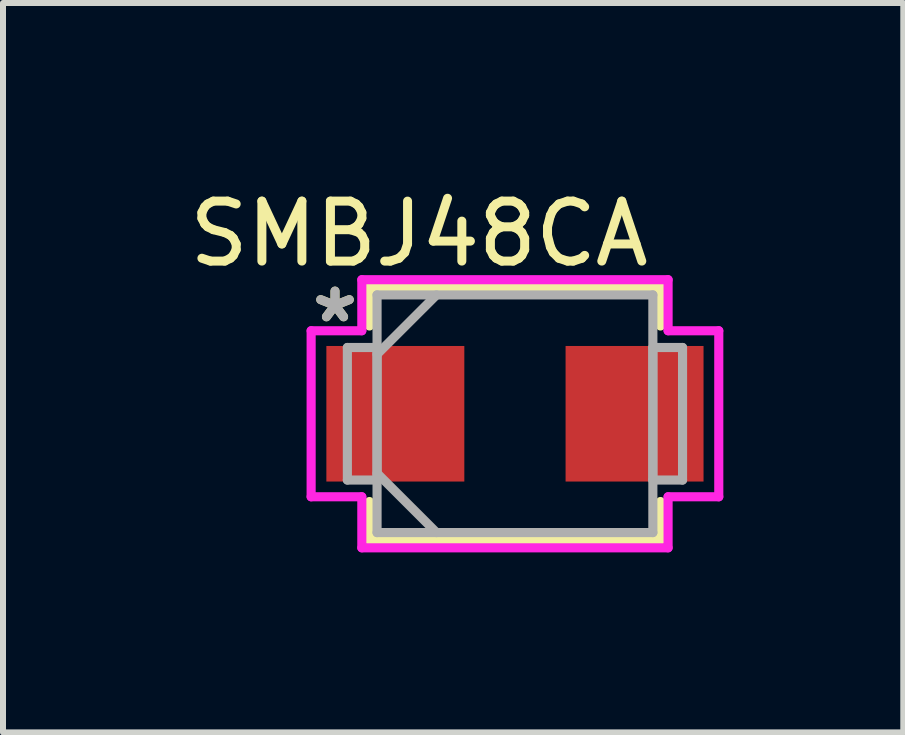
<source format=kicad_pcb>
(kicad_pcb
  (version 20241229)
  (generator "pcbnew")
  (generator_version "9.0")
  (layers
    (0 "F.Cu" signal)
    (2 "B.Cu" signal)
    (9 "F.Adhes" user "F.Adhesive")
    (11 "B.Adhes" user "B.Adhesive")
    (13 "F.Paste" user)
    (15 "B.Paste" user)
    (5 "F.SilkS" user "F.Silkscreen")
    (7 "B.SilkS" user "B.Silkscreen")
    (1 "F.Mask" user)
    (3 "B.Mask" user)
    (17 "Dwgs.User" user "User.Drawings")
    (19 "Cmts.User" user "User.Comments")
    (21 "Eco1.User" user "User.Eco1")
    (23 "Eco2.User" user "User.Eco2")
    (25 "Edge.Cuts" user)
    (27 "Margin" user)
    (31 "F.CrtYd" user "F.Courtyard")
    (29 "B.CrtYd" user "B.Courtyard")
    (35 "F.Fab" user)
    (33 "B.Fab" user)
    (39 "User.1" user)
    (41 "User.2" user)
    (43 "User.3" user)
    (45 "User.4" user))
  (footprint "SMBJ48CA"
    (layer "F.Cu")
    (at 5.535 3.848)
    (property "Reference" "SMBJ48CA" (at -1.6 -3 0) (layer "F.SilkS") (effects (font (size 1 1) (thickness 0.15))))
    (attr through_hole)
    (fp_line (start -2.426 -2.108) (end -2.426 -1.463) (stroke (width 0.152) (type solid)) (layer "F.SilkS"))
    (fp_line (start -2.426 1.463) (end -2.426 2.108) (stroke (width 0.152) (type solid)) (layer "F.SilkS"))
    (fp_line (start -2.426 2.108) (end 2.426 2.108) (stroke (width 0.152) (type solid)) (layer "F.SilkS"))
    (fp_line (start 2.426 -2.108) (end -2.426 -2.108) (stroke (width 0.152) (type solid)) (layer "F.SilkS"))
    (fp_line (start 2.426 -1.463) (end 2.426 -2.108) (stroke (width 0.152) (type solid)) (layer "F.SilkS"))
    (fp_line (start 2.426 2.108) (end 2.426 1.463) (stroke (width 0.152) (type solid)) (layer "F.SilkS"))
    (fp_line (start -3.398 -1.384) (end -2.553 -1.384) (stroke (width 0.152) (type solid)) (layer "F.CrtYd"))
    (fp_line (start -3.398 1.384) (end -3.398 -1.384) (stroke (width 0.152) (type solid)) (layer "F.CrtYd"))
    (fp_line (start -2.553 -2.235) (end 2.553 -2.235) (stroke (width 0.152) (type solid)) (layer "F.CrtYd"))
    (fp_line (start -2.553 -1.384) (end -2.553 -2.235) (stroke (width 0.152) (type solid)) (layer "F.CrtYd"))
    (fp_line (start -2.553 1.384) (end -3.398 1.384) (stroke (width 0.152) (type solid)) (layer "F.CrtYd"))
    (fp_line (start -2.553 2.235) (end -2.553 1.384) (stroke (width 0.152) (type solid)) (layer "F.CrtYd"))
    (fp_line (start 2.553 -2.235) (end 2.553 -1.384) (stroke (width 0.152) (type solid)) (layer "F.CrtYd"))
    (fp_line (start 2.553 -1.384) (end 3.398 -1.384) (stroke (width 0.152) (type solid)) (layer "F.CrtYd"))
    (fp_line (start 2.553 1.384) (end 2.553 2.235) (stroke (width 0.152) (type solid)) (layer "F.CrtYd"))
    (fp_line (start 2.553 2.235) (end -2.553 2.235) (stroke (width 0.152) (type solid)) (layer "F.CrtYd"))
    (fp_line (start 3.398 -1.384) (end 3.398 1.384) (stroke (width 0.152) (type solid)) (layer "F.CrtYd"))
    (fp_line (start 3.398 1.384) (end 2.553 1.384) (stroke (width 0.152) (type solid)) (layer "F.CrtYd"))
    (fp_line (start -2.794 -1.105) (end -2.794 1.105) (stroke (width 0.152) (type solid)) (layer "F.Fab"))
    (fp_line (start -2.794 1.105) (end -2.299 1.105) (stroke (width 0.152) (type solid)) (layer "F.Fab"))
    (fp_line (start -2.299 -1.981) (end -2.299 1.981) (stroke (width 0.152) (type solid)) (layer "F.Fab"))
    (fp_line (start -2.299 -1.105) (end -2.794 -1.105) (stroke (width 0.152) (type solid)) (layer "F.Fab"))
    (fp_line (start -2.299 -0.991) (end -1.308 -1.981) (stroke (width 0.152) (type solid)) (layer "F.Fab"))
    (fp_line (start -2.299 0.991) (end -1.308 1.981) (stroke (width 0.152) (type solid)) (layer "F.Fab"))
    (fp_line (start -2.299 1.105) (end -2.299 -1.105) (stroke (width 0.152) (type solid)) (layer "F.Fab"))
    (fp_line (start -2.299 1.981) (end 2.299 1.981) (stroke (width 0.152) (type solid)) (layer "F.Fab"))
    (fp_line (start 2.299 -1.981) (end -2.299 -1.981) (stroke (width 0.152) (type solid)) (layer "F.Fab"))
    (fp_line (start 2.299 -1.105) (end 2.299 1.105) (stroke (width 0.152) (type solid)) (layer "F.Fab"))
    (fp_line (start 2.299 1.105) (end 2.794 1.105) (stroke (width 0.152) (type solid)) (layer "F.Fab"))
    (fp_line (start 2.299 1.981) (end 2.299 -1.981) (stroke (width 0.152) (type solid)) (layer "F.Fab"))
    (fp_line (start 2.794 -1.105) (end 2.299 -1.105) (stroke (width 0.152) (type solid)) (layer "F.Fab"))
    (fp_line (start 2.794 1.105) (end 2.794 -1.105) (stroke (width 0.152) (type solid)) (layer "F.Fab"))
    (fp_text user "*" (at -3 -1.5 0) (layer "F.SilkS") (effects (font (size 1 1) (thickness 0.15))))
    (fp_text user "*" (at -3 -1.5 0) (layer "F.Fab") (effects (font (size 1 1) (thickness 0.15))))
    (pad "1" smd rect (at -1.994 0) (size 2.3 2.26) (layers "F.Cu" "F.Mask" "F.Paste"))
    (pad "2" smd rect (at 1.994 0) (size 2.3 2.26) (layers "F.Cu" "F.Mask" "F.Paste")))
  (gr_rect
    (start -3 -3)
    (end 12.009 9.16)
    (stroke (width 0.1) (type default))
    (fill no)
    (layer "Edge.Cuts")))
</source>
